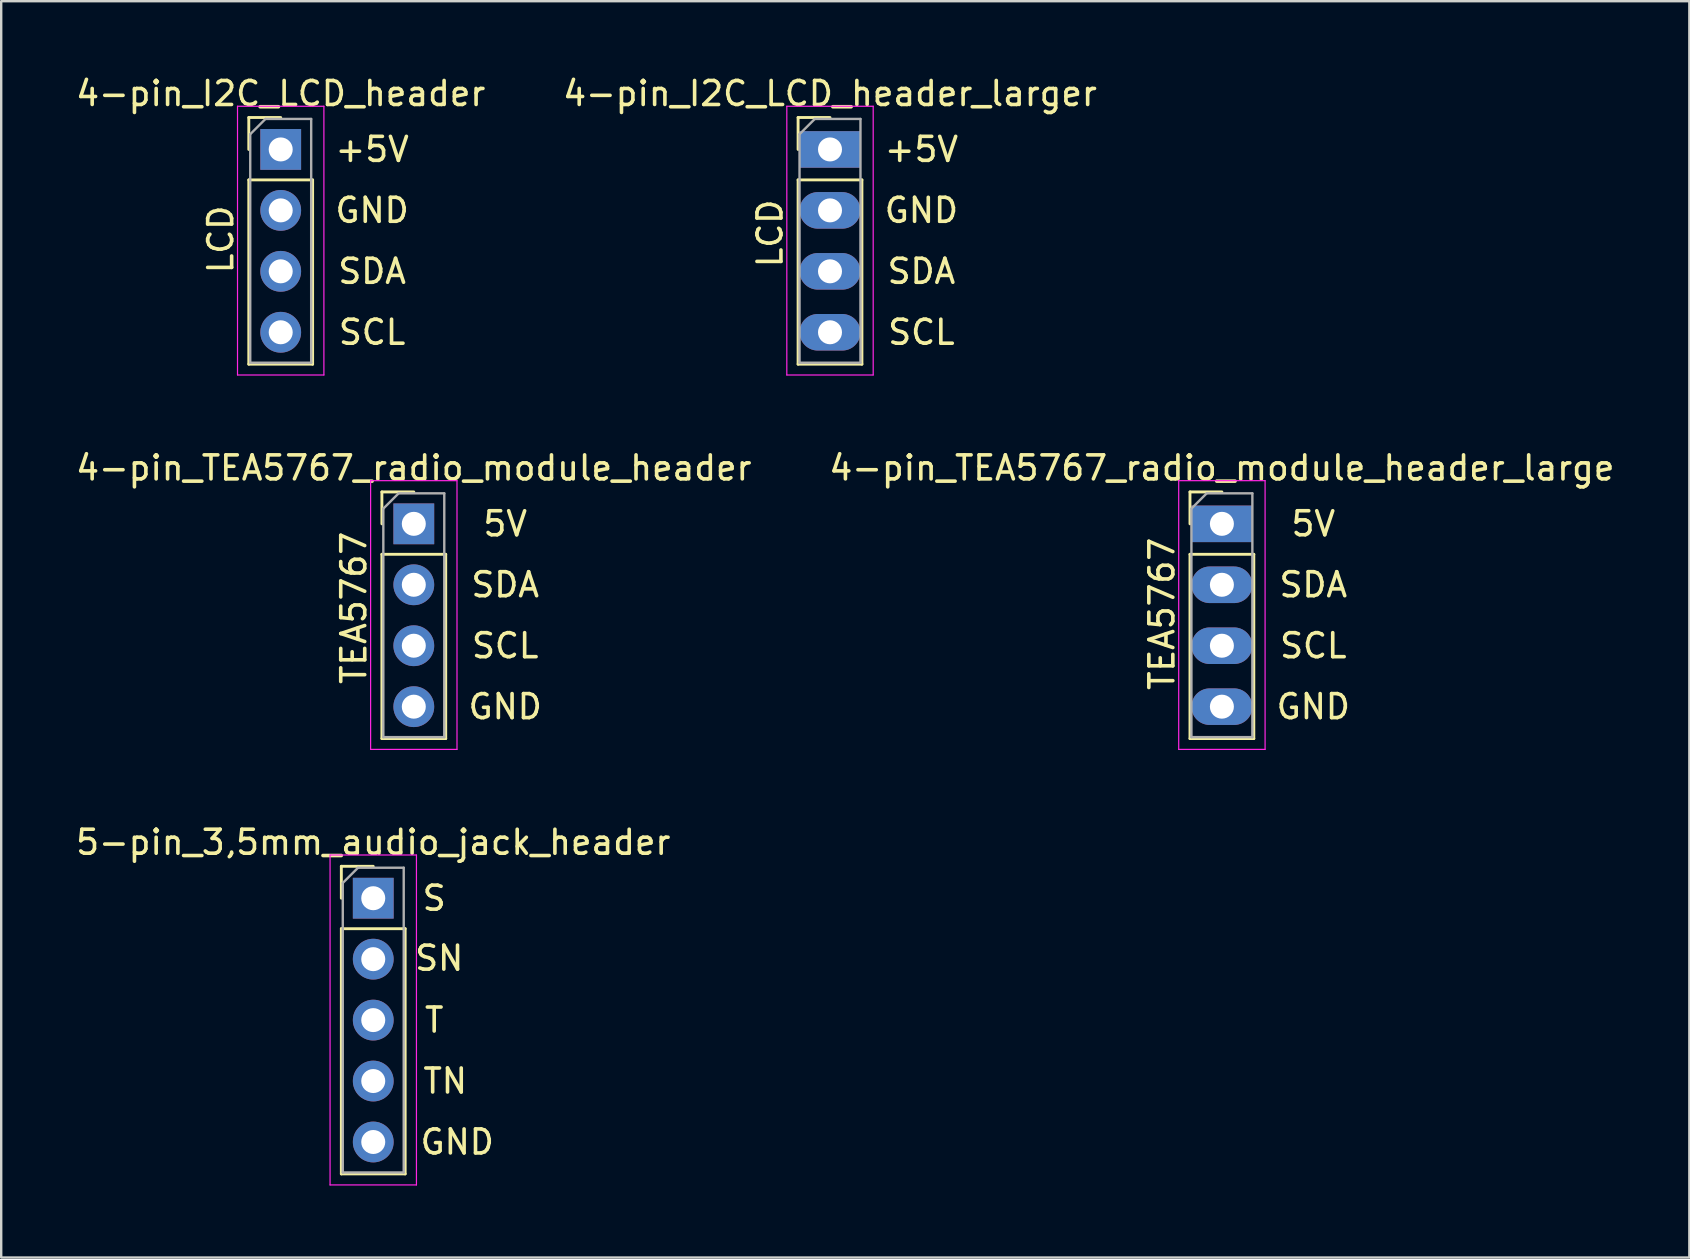
<source format=kicad_pcb>
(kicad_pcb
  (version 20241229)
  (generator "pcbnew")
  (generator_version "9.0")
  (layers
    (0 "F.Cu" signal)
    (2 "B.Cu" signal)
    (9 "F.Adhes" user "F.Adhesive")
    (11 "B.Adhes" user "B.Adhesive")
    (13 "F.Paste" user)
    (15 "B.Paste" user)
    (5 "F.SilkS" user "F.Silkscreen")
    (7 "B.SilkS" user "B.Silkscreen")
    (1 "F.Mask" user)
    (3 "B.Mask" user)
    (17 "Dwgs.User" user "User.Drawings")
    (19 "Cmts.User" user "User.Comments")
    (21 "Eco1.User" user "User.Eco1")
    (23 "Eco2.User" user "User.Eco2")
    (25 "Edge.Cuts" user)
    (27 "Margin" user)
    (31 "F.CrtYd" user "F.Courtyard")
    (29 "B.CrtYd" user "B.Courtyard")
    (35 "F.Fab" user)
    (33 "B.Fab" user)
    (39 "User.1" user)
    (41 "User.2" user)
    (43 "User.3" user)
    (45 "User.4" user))
  (footprint "4-pin_TEA5767_radio_module_header"
    (layer "F.Cu")
    (at 14.196 18.782)
    (property "Reference" "4-pin_TEA5767_radio_module_header" (at 0 -2.33 0) (layer "F.SilkS") (effects (font (size 1 1) (thickness 0.15))))
    (attr through_hole)
    (fp_line (start -1.33 -1.33) (end 0 -1.33) (stroke (width 0.12) (type solid)) (layer "F.SilkS"))
    (fp_line (start -1.33 0) (end -1.33 -1.33) (stroke (width 0.12) (type solid)) (layer "F.SilkS"))
    (fp_line (start -1.33 1.27) (end -1.33 8.95) (stroke (width 0.12) (type solid)) (layer "F.SilkS"))
    (fp_line (start -1.33 1.27) (end 1.33 1.27) (stroke (width 0.12) (type solid)) (layer "F.SilkS"))
    (fp_line (start -1.33 8.95) (end 1.33 8.95) (stroke (width 0.12) (type solid)) (layer "F.SilkS"))
    (fp_line (start 1.33 1.27) (end 1.33 8.95) (stroke (width 0.12) (type solid)) (layer "F.SilkS"))
    (fp_line (start -1.8 -1.8) (end -1.8 9.4) (stroke (width 0.05) (type solid)) (layer "F.CrtYd"))
    (fp_line (start -1.8 9.4) (end 1.8 9.4) (stroke (width 0.05) (type solid)) (layer "F.CrtYd"))
    (fp_line (start 1.8 -1.8) (end -1.8 -1.8) (stroke (width 0.05) (type solid)) (layer "F.CrtYd"))
    (fp_line (start 1.8 9.4) (end 1.8 -1.8) (stroke (width 0.05) (type solid)) (layer "F.CrtYd"))
    (fp_line (start -1.27 -0.635) (end -0.635 -1.27) (stroke (width 0.1) (type solid)) (layer "F.Fab"))
    (fp_line (start -1.27 8.89) (end -1.27 -0.635) (stroke (width 0.1) (type solid)) (layer "F.Fab"))
    (fp_line (start -0.635 -1.27) (end 1.27 -1.27) (stroke (width 0.1) (type solid)) (layer "F.Fab"))
    (fp_line (start 1.27 -1.27) (end 1.27 8.89) (stroke (width 0.1) (type solid)) (layer "F.Fab"))
    (fp_line (start 1.27 8.89) (end -1.27 8.89) (stroke (width 0.1) (type solid)) (layer "F.Fab"))
    (fp_text user "TEA5767" (at -2.5 3.5 90) (layer "F.SilkS") (effects (font (size 1 1) (thickness 0.15))))
    (fp_text user "SDA" (at 3.81 2.54 0) (layer "F.SilkS") (effects (font (size 1 1) (thickness 0.15))))
    (fp_text user "SCL" (at 3.81 5.08 0) (layer "F.SilkS") (effects (font (size 1 1) (thickness 0.15))))
    (fp_text user "5V" (at 3.81 0 0) (layer "F.SilkS") (effects (font (size 1 1) (thickness 0.15))))
    (fp_text user "GND" (at 3.81 7.62 0) (layer "F.SilkS") (effects (font (size 1 1) (thickness 0.15))))
    (pad "1" thru_hole rect (at 0 0) (size 1.7 1.7) (drill 1) (layers "*.Cu" "*.Mask"))
    (pad "2" thru_hole oval (at 0 2.54) (size 1.7 1.7) (drill 1) (layers "*.Cu" "*.Mask"))
    (pad "3" thru_hole oval (at 0 5.08) (size 1.7 1.7) (drill 1) (layers "*.Cu" "*.Mask"))
    (pad "4" thru_hole oval (at 0 7.62) (size 1.7 1.7) (drill 1) (layers "*.Cu" "*.Mask")))
  (footprint "4-pin_TEA5767_radio_module_header_large"
    (layer "F.Cu")
    (at 47.875 18.782)
    (property "Reference" "4-pin_TEA5767_radio_module_header_large" (at 0 -2.33 0) (layer "F.SilkS") (effects (font (size 1 1) (thickness 0.15))))
    (attr through_hole)
    (fp_line (start -1.33 -1.33) (end 0 -1.33) (stroke (width 0.12) (type solid)) (layer "F.SilkS"))
    (fp_line (start -1.33 0) (end -1.33 -1.33) (stroke (width 0.12) (type solid)) (layer "F.SilkS"))
    (fp_line (start -1.33 1.27) (end -1.33 8.95) (stroke (width 0.12) (type solid)) (layer "F.SilkS"))
    (fp_line (start -1.33 1.27) (end 1.33 1.27) (stroke (width 0.12) (type solid)) (layer "F.SilkS"))
    (fp_line (start -1.33 8.95) (end 1.33 8.95) (stroke (width 0.12) (type solid)) (layer "F.SilkS"))
    (fp_line (start 1.33 1.27) (end 1.33 8.95) (stroke (width 0.12) (type solid)) (layer "F.SilkS"))
    (fp_line (start -1.8 -1.8) (end -1.8 9.4) (stroke (width 0.05) (type solid)) (layer "F.CrtYd"))
    (fp_line (start -1.8 9.4) (end 1.8 9.4) (stroke (width 0.05) (type solid)) (layer "F.CrtYd"))
    (fp_line (start 1.8 -1.8) (end -1.8 -1.8) (stroke (width 0.05) (type solid)) (layer "F.CrtYd"))
    (fp_line (start 1.8 9.4) (end 1.8 -1.8) (stroke (width 0.05) (type solid)) (layer "F.CrtYd"))
    (fp_line (start -1.27 -0.635) (end -0.635 -1.27) (stroke (width 0.1) (type solid)) (layer "F.Fab"))
    (fp_line (start -1.27 8.89) (end -1.27 -0.635) (stroke (width 0.1) (type solid)) (layer "F.Fab"))
    (fp_line (start -0.635 -1.27) (end 1.27 -1.27) (stroke (width 0.1) (type solid)) (layer "F.Fab"))
    (fp_line (start 1.27 -1.27) (end 1.27 8.89) (stroke (width 0.1) (type solid)) (layer "F.Fab"))
    (fp_line (start 1.27 8.89) (end -1.27 8.89) (stroke (width 0.1) (type solid)) (layer "F.Fab"))
    (fp_text user "SDA" (at 3.81 2.54 0) (layer "F.SilkS") (effects (font (size 1 1) (thickness 0.15))))
    (fp_text user "GND" (at 3.81 7.62 0) (layer "F.SilkS") (effects (font (size 1 1) (thickness 0.15))))
    (fp_text user "TEA5767" (at -2.5 3.75 90) (layer "F.SilkS") (effects (font (size 1 1) (thickness 0.15))))
    (fp_text user "SCL" (at 3.81 5.08 0) (layer "F.SilkS") (effects (font (size 1 1) (thickness 0.15))))
    (fp_text user "5V" (at 3.81 0 0) (layer "F.SilkS") (effects (font (size 1 1) (thickness 0.15))))
    (pad "1" thru_hole rect (at 0 0) (size 2.54 1.524) (drill 1) (layers "*.Cu" "*.Mask"))
    (pad "2" thru_hole oval (at 0 2.54) (size 2.54 1.524) (drill 1) (layers "*.Cu" "*.Mask"))
    (pad "3" thru_hole oval (at 0 5.08) (size 2.54 1.524) (drill 1) (layers "*.Cu" "*.Mask"))
    (pad "4" thru_hole oval (at 0 7.62) (size 2.54 1.524) (drill 1) (layers "*.Cu" "*.Mask")))
  (footprint "4-pin_I2C_LCD_header_larger"
    (layer "F.Cu")
    (at 31.542 3.178)
    (property "Reference" "4-pin_I2C_LCD_header_larger" (at 0 -2.33 0) (layer "F.SilkS") (effects (font (size 1 1) (thickness 0.15))))
    (attr through_hole)
    (fp_line (start -1.33 -1.33) (end 0 -1.33) (stroke (width 0.12) (type solid)) (layer "F.SilkS"))
    (fp_line (start -1.33 0) (end -1.33 -1.33) (stroke (width 0.12) (type solid)) (layer "F.SilkS"))
    (fp_line (start -1.33 1.27) (end -1.33 8.95) (stroke (width 0.12) (type solid)) (layer "F.SilkS"))
    (fp_line (start -1.33 1.27) (end 1.33 1.27) (stroke (width 0.12) (type solid)) (layer "F.SilkS"))
    (fp_line (start -1.33 8.95) (end 1.33 8.95) (stroke (width 0.12) (type solid)) (layer "F.SilkS"))
    (fp_line (start 1.33 1.27) (end 1.33 8.95) (stroke (width 0.12) (type solid)) (layer "F.SilkS"))
    (fp_line (start -1.8 -1.8) (end -1.8 9.4) (stroke (width 0.05) (type solid)) (layer "F.CrtYd"))
    (fp_line (start -1.8 9.4) (end 1.8 9.4) (stroke (width 0.05) (type solid)) (layer "F.CrtYd"))
    (fp_line (start 1.8 -1.8) (end -1.8 -1.8) (stroke (width 0.05) (type solid)) (layer "F.CrtYd"))
    (fp_line (start 1.8 9.4) (end 1.8 -1.8) (stroke (width 0.05) (type solid)) (layer "F.CrtYd"))
    (fp_line (start -1.27 -0.635) (end -0.635 -1.27) (stroke (width 0.1) (type solid)) (layer "F.Fab"))
    (fp_line (start -1.27 8.89) (end -1.27 -0.635) (stroke (width 0.1) (type solid)) (layer "F.Fab"))
    (fp_line (start -0.635 -1.27) (end 1.27 -1.27) (stroke (width 0.1) (type solid)) (layer "F.Fab"))
    (fp_line (start 1.27 -1.27) (end 1.27 8.89) (stroke (width 0.1) (type solid)) (layer "F.Fab"))
    (fp_line (start 1.27 8.89) (end -1.27 8.89) (stroke (width 0.1) (type solid)) (layer "F.Fab"))
    (fp_text user "SDA" (at 3.81 5.08 0) (layer "F.SilkS") (effects (font (size 1 1) (thickness 0.15))))
    (fp_text user "+5V" (at 3.81 0 0) (layer "F.SilkS") (effects (font (size 1 1) (thickness 0.15))))
    (fp_text user "SCL" (at 3.81 7.62 0) (layer "F.SilkS") (effects (font (size 1 1) (thickness 0.15))))
    (fp_text user "GND" (at 3.81 2.54 0) (layer "F.SilkS") (effects (font (size 1 1) (thickness 0.15))))
    (fp_text user "LCD" (at -2.5 3.5 90) (layer "F.SilkS") (effects (font (size 1 1) (thickness 0.15))))
    (pad "1" thru_hole rect (at 0 0) (size 2.54 1.524) (drill 1) (layers "*.Cu" "*.Mask"))
    (pad "3" thru_hole oval (at 0 2.54) (size 2.54 1.524) (drill 1) (layers "*.Cu" "*.Mask"))
    (pad "5" thru_hole oval (at 0 5.08) (size 2.54 1.524) (drill 1) (layers "*.Cu" "*.Mask"))
    (pad "7" thru_hole oval (at 0 7.62) (size 2.54 1.524) (drill 1) (layers "*.Cu" "*.Mask")))
  (footprint "4-pin_I2C_LCD_header"
    (layer "F.Cu")
    (at 8.649 3.178)
    (property "Reference" "4-pin_I2C_LCD_header" (at 0 -2.33 0) (layer "F.SilkS") (effects (font (size 1 1) (thickness 0.15))))
    (attr through_hole)
    (fp_line (start -1.33 -1.33) (end 0 -1.33) (stroke (width 0.12) (type solid)) (layer "F.SilkS"))
    (fp_line (start -1.33 0) (end -1.33 -1.33) (stroke (width 0.12) (type solid)) (layer "F.SilkS"))
    (fp_line (start -1.33 1.27) (end -1.33 8.95) (stroke (width 0.12) (type solid)) (layer "F.SilkS"))
    (fp_line (start -1.33 1.27) (end 1.33 1.27) (stroke (width 0.12) (type solid)) (layer "F.SilkS"))
    (fp_line (start -1.33 8.95) (end 1.33 8.95) (stroke (width 0.12) (type solid)) (layer "F.SilkS"))
    (fp_line (start 1.33 1.27) (end 1.33 8.95) (stroke (width 0.12) (type solid)) (layer "F.SilkS"))
    (fp_line (start -1.8 -1.8) (end -1.8 9.4) (stroke (width 0.05) (type solid)) (layer "F.CrtYd"))
    (fp_line (start -1.8 9.4) (end 1.8 9.4) (stroke (width 0.05) (type solid)) (layer "F.CrtYd"))
    (fp_line (start 1.8 -1.8) (end -1.8 -1.8) (stroke (width 0.05) (type solid)) (layer "F.CrtYd"))
    (fp_line (start 1.8 9.4) (end 1.8 -1.8) (stroke (width 0.05) (type solid)) (layer "F.CrtYd"))
    (fp_line (start -1.27 -0.635) (end -0.635 -1.27) (stroke (width 0.1) (type solid)) (layer "F.Fab"))
    (fp_line (start -1.27 8.89) (end -1.27 -0.635) (stroke (width 0.1) (type solid)) (layer "F.Fab"))
    (fp_line (start -0.635 -1.27) (end 1.27 -1.27) (stroke (width 0.1) (type solid)) (layer "F.Fab"))
    (fp_line (start 1.27 -1.27) (end 1.27 8.89) (stroke (width 0.1) (type solid)) (layer "F.Fab"))
    (fp_line (start 1.27 8.89) (end -1.27 8.89) (stroke (width 0.1) (type solid)) (layer "F.Fab"))
    (fp_text user "SCL" (at 3.81 7.62 0) (layer "F.SilkS") (effects (font (size 1 1) (thickness 0.15))))
    (fp_text user "GND" (at 3.81 2.54 0) (layer "F.SilkS") (effects (font (size 1 1) (thickness 0.15))))
    (fp_text user "SDA" (at 3.81 5.08 0) (layer "F.SilkS") (effects (font (size 1 1) (thickness 0.15))))
    (fp_text user "+5V" (at 3.81 0 0) (layer "F.SilkS") (effects (font (size 1 1) (thickness 0.15))))
    (fp_text user "LCD" (at -2.5 3.75 90) (layer "F.SilkS") (effects (font (size 1 1) (thickness 0.15))))
    (pad "1" thru_hole rect (at 0 0) (size 1.7 1.7) (drill 1) (layers "*.Cu" "*.Mask"))
    (pad "3" thru_hole oval (at 0 2.54) (size 1.7 1.7) (drill 1) (layers "*.Cu" "*.Mask"))
    (pad "5" thru_hole oval (at 0 5.08) (size 1.7 1.7) (drill 1) (layers "*.Cu" "*.Mask"))
    (pad "7" thru_hole oval (at 0 7.62) (size 1.7 1.7) (drill 1) (layers "*.Cu" "*.Mask")))
  (footprint "5-pin_3,5mm_audio_jack_header"
    (layer "F.Cu")
    (at 12.506 34.385)
    (property "Reference" "5-pin_3,5mm_audio_jack_header" (at 0 -2.33 0) (layer "F.SilkS") (effects (font (size 1 1) (thickness 0.15))))
    (attr through_hole)
    (fp_line (start -1.33 -1.33) (end 0 -1.33) (stroke (width 0.12) (type solid)) (layer "F.SilkS"))
    (fp_line (start -1.33 0) (end -1.33 -1.33) (stroke (width 0.12) (type solid)) (layer "F.SilkS"))
    (fp_line (start -1.33 1.27) (end -1.33 11.49) (stroke (width 0.12) (type solid)) (layer "F.SilkS"))
    (fp_line (start -1.33 1.27) (end 1.33 1.27) (stroke (width 0.12) (type solid)) (layer "F.SilkS"))
    (fp_line (start -1.33 11.49) (end 1.33 11.49) (stroke (width 0.12) (type solid)) (layer "F.SilkS"))
    (fp_line (start 1.33 1.27) (end 1.33 11.49) (stroke (width 0.12) (type solid)) (layer "F.SilkS"))
    (fp_line (start -1.8 -1.8) (end -1.8 11.95) (stroke (width 0.05) (type solid)) (layer "F.CrtYd"))
    (fp_line (start -1.8 11.95) (end 1.8 11.95) (stroke (width 0.05) (type solid)) (layer "F.CrtYd"))
    (fp_line (start 1.8 -1.8) (end -1.8 -1.8) (stroke (width 0.05) (type solid)) (layer "F.CrtYd"))
    (fp_line (start 1.8 11.95) (end 1.8 -1.8) (stroke (width 0.05) (type solid)) (layer "F.CrtYd"))
    (fp_line (start -1.27 -0.635) (end -0.635 -1.27) (stroke (width 0.1) (type solid)) (layer "F.Fab"))
    (fp_line (start -1.27 11.43) (end -1.27 -0.635) (stroke (width 0.1) (type solid)) (layer "F.Fab"))
    (fp_line (start -0.635 -1.27) (end 1.27 -1.27) (stroke (width 0.1) (type solid)) (layer "F.Fab"))
    (fp_line (start 1.27 -1.27) (end 1.27 11.43) (stroke (width 0.1) (type solid)) (layer "F.Fab"))
    (fp_line (start 1.27 11.43) (end -1.27 11.43) (stroke (width 0.1) (type solid)) (layer "F.Fab"))
    (fp_text user "SN" (at 2.75 2.5 0) (layer "F.SilkS") (effects (font (size 1 1) (thickness 0.15))))
    (fp_text user "S" (at 2.54 0 0) (layer "F.SilkS") (effects (font (size 1 1) (thickness 0.15))))
    (fp_text user "TN" (at 3 7.62 0) (layer "F.SilkS") (effects (font (size 1 1) (thickness 0.15))))
    (fp_text user "T" (at 2.54 5.08 0) (layer "F.SilkS") (effects (font (size 1 1) (thickness 0.15))))
    (fp_text user "GND" (at 3.5 10.16 0) (layer "F.SilkS") (effects (font (size 1 1) (thickness 0.15))))
    (pad "1" thru_hole rect (at 0 0) (size 1.7 1.7) (drill 1) (layers "*.Cu" "*.Mask"))
    (pad "2" thru_hole oval (at 0 2.54) (size 1.7 1.7) (drill 1) (layers "*.Cu" "*.Mask"))
    (pad "3" thru_hole oval (at 0 5.08) (size 1.7 1.7) (drill 1) (layers "*.Cu" "*.Mask"))
    (pad "4" thru_hole oval (at 0 7.62) (size 1.7 1.7) (drill 1) (layers "*.Cu" "*.Mask"))
    (pad "5" thru_hole oval (at 0 10.16) (size 1.7 1.7) (drill 1) (layers "*.Cu" "*.Mask")))
  (gr_rect
    (start -3 -3)
    (end 67.357 49.36)
    (stroke (width 0.1) (type default))
    (fill no)
    (layer "Edge.Cuts")))
</source>
